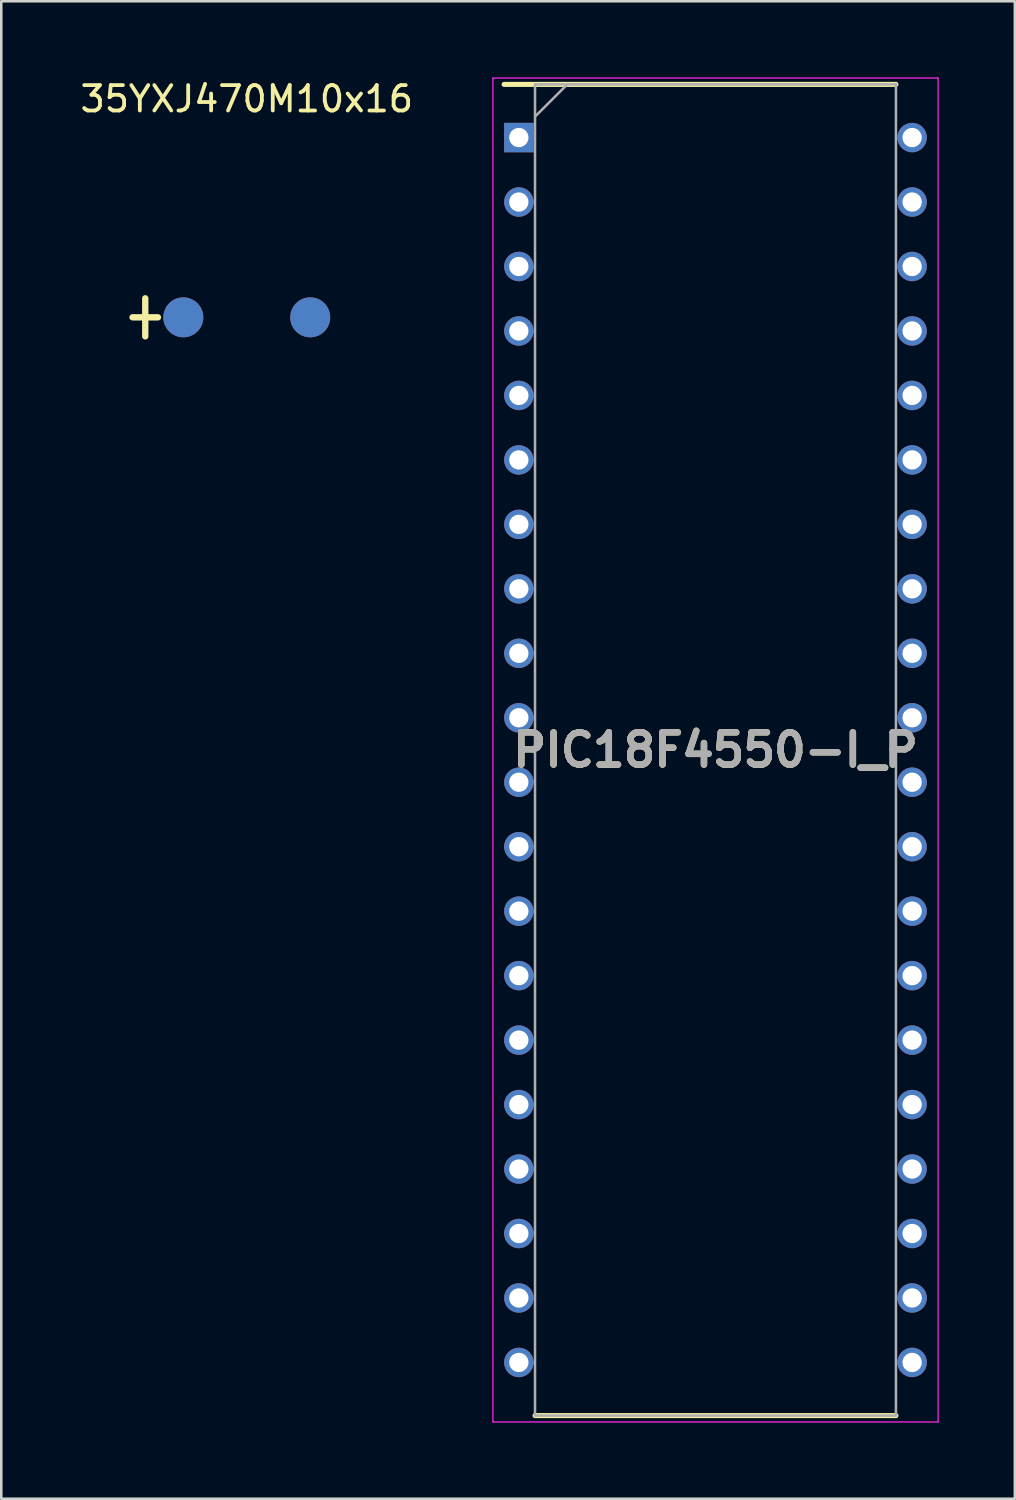
<source format=kicad_pcb>
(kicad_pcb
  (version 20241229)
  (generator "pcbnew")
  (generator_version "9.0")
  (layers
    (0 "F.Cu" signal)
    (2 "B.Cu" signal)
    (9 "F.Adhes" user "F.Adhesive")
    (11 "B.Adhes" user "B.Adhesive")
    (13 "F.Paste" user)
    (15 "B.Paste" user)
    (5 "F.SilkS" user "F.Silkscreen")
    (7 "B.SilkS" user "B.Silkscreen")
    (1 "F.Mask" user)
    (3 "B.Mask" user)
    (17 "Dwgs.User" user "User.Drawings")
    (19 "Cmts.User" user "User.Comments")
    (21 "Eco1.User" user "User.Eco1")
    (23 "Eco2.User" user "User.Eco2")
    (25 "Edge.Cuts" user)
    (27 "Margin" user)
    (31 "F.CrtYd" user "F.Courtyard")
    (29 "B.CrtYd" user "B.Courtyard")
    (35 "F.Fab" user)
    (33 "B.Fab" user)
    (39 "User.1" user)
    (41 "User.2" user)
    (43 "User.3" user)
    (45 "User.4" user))
  (footprint "PIC18F4550-I_P"
    (layer "F.Cu")
    (at 25.14 26.5)
    (property "Reference" "PIC18F4550-I_P" (at 0 0 0) (layer "F.SilkS") (effects (font (size 1.27 1.27) (thickness 0.254))))
    (attr through_hole)
    (fp_line (start -8.328 -26.225) (end 7.11 -26.225) (stroke (width 0.2) (type solid)) (layer "F.SilkS"))
    (fp_line (start -7.11 26.225) (end 7.11 26.225) (stroke (width 0.2) (type solid)) (layer "F.SilkS"))
    (fp_line (start -8.77 -26.475) (end 8.77 -26.475) (stroke (width 0.05) (type solid)) (layer "F.CrtYd"))
    (fp_line (start -8.77 26.475) (end -8.77 -26.475) (stroke (width 0.05) (type solid)) (layer "F.CrtYd"))
    (fp_line (start 8.77 -26.475) (end 8.77 26.475) (stroke (width 0.05) (type solid)) (layer "F.CrtYd"))
    (fp_line (start 8.77 26.475) (end -8.77 26.475) (stroke (width 0.05) (type solid)) (layer "F.CrtYd"))
    (fp_line (start -7.11 -26.225) (end 7.11 -26.225) (stroke (width 0.1) (type solid)) (layer "F.Fab"))
    (fp_line (start -7.11 -24.955) (end -5.84 -26.225) (stroke (width 0.1) (type solid)) (layer "F.Fab"))
    (fp_line (start -7.11 26.225) (end -7.11 -26.225) (stroke (width 0.1) (type solid)) (layer "F.Fab"))
    (fp_line (start 7.11 -26.225) (end 7.11 26.225) (stroke (width 0.1) (type solid)) (layer "F.Fab"))
    (fp_line (start 7.11 26.225) (end -7.11 26.225) (stroke (width 0.1) (type solid)) (layer "F.Fab"))
    (fp_text user "${REFERENCE}" (at 0 0 0) (layer "F.Fab") (effects (font (size 1.27 1.27) (thickness 0.254))))
    (pad "1" thru_hole rect (at -7.748 -24.13) (size 1.16 1.16) (drill 0.76) (layers "*.Cu" "*.Mask"))
    (pad "2" thru_hole circle (at -7.748 -21.59) (size 1.16 1.16) (drill 0.76) (layers "*.Cu" "*.Mask"))
    (pad "3" thru_hole circle (at -7.748 -19.05) (size 1.16 1.16) (drill 0.76) (layers "*.Cu" "*.Mask"))
    (pad "4" thru_hole circle (at -7.748 -16.51) (size 1.16 1.16) (drill 0.76) (layers "*.Cu" "*.Mask"))
    (pad "5" thru_hole circle (at -7.748 -13.97) (size 1.16 1.16) (drill 0.76) (layers "*.Cu" "*.Mask"))
    (pad "6" thru_hole circle (at -7.748 -11.43) (size 1.16 1.16) (drill 0.76) (layers "*.Cu" "*.Mask"))
    (pad "7" thru_hole circle (at -7.748 -8.89) (size 1.16 1.16) (drill 0.76) (layers "*.Cu" "*.Mask"))
    (pad "8" thru_hole circle (at -7.748 -6.35) (size 1.16 1.16) (drill 0.76) (layers "*.Cu" "*.Mask"))
    (pad "9" thru_hole circle (at -7.748 -3.81) (size 1.16 1.16) (drill 0.76) (layers "*.Cu" "*.Mask"))
    (pad "10" thru_hole circle (at -7.748 -1.27) (size 1.16 1.16) (drill 0.76) (layers "*.Cu" "*.Mask"))
    (pad "11" thru_hole circle (at -7.748 1.27) (size 1.16 1.16) (drill 0.76) (layers "*.Cu" "*.Mask"))
    (pad "12" thru_hole circle (at -7.748 3.81) (size 1.16 1.16) (drill 0.76) (layers "*.Cu" "*.Mask"))
    (pad "13" thru_hole circle (at -7.748 6.35) (size 1.16 1.16) (drill 0.76) (layers "*.Cu" "*.Mask"))
    (pad "14" thru_hole circle (at -7.748 8.89) (size 1.16 1.16) (drill 0.76) (layers "*.Cu" "*.Mask"))
    (pad "15" thru_hole circle (at -7.748 11.43) (size 1.16 1.16) (drill 0.76) (layers "*.Cu" "*.Mask"))
    (pad "16" thru_hole circle (at -7.748 13.97) (size 1.16 1.16) (drill 0.76) (layers "*.Cu" "*.Mask"))
    (pad "17" thru_hole circle (at -7.748 16.51) (size 1.16 1.16) (drill 0.76) (layers "*.Cu" "*.Mask"))
    (pad "18" thru_hole circle (at -7.748 19.05) (size 1.16 1.16) (drill 0.76) (layers "*.Cu" "*.Mask"))
    (pad "19" thru_hole circle (at -7.748 21.59) (size 1.16 1.16) (drill 0.76) (layers "*.Cu" "*.Mask"))
    (pad "20" thru_hole circle (at -7.748 24.13) (size 1.16 1.16) (drill 0.76) (layers "*.Cu" "*.Mask"))
    (pad "21" thru_hole circle (at 7.748 24.13) (size 1.16 1.16) (drill 0.76) (layers "*.Cu" "*.Mask"))
    (pad "22" thru_hole circle (at 7.748 21.59) (size 1.16 1.16) (drill 0.76) (layers "*.Cu" "*.Mask"))
    (pad "23" thru_hole circle (at 7.748 19.05) (size 1.16 1.16) (drill 0.76) (layers "*.Cu" "*.Mask"))
    (pad "24" thru_hole circle (at 7.748 16.51) (size 1.16 1.16) (drill 0.76) (layers "*.Cu" "*.Mask"))
    (pad "25" thru_hole circle (at 7.748 13.97) (size 1.16 1.16) (drill 0.76) (layers "*.Cu" "*.Mask"))
    (pad "26" thru_hole circle (at 7.748 11.43) (size 1.16 1.16) (drill 0.76) (layers "*.Cu" "*.Mask"))
    (pad "27" thru_hole circle (at 7.748 8.89) (size 1.16 1.16) (drill 0.76) (layers "*.Cu" "*.Mask"))
    (pad "28" thru_hole circle (at 7.748 6.35) (size 1.16 1.16) (drill 0.76) (layers "*.Cu" "*.Mask"))
    (pad "29" thru_hole circle (at 7.748 3.81) (size 1.16 1.16) (drill 0.76) (layers "*.Cu" "*.Mask"))
    (pad "30" thru_hole circle (at 7.748 1.27) (size 1.16 1.16) (drill 0.76) (layers "*.Cu" "*.Mask"))
    (pad "31" thru_hole circle (at 7.748 -1.27) (size 1.16 1.16) (drill 0.76) (layers "*.Cu" "*.Mask"))
    (pad "32" thru_hole circle (at 7.748 -3.81) (size 1.16 1.16) (drill 0.76) (layers "*.Cu" "*.Mask"))
    (pad "33" thru_hole circle (at 7.748 -6.35) (size 1.16 1.16) (drill 0.76) (layers "*.Cu" "*.Mask"))
    (pad "34" thru_hole circle (at 7.748 -8.89) (size 1.16 1.16) (drill 0.76) (layers "*.Cu" "*.Mask"))
    (pad "35" thru_hole circle (at 7.748 -11.43) (size 1.16 1.16) (drill 0.76) (layers "*.Cu" "*.Mask"))
    (pad "36" thru_hole circle (at 7.748 -13.97) (size 1.16 1.16) (drill 0.76) (layers "*.Cu" "*.Mask"))
    (pad "37" thru_hole circle (at 7.748 -16.51) (size 1.16 1.16) (drill 0.76) (layers "*.Cu" "*.Mask"))
    (pad "38" thru_hole circle (at 7.748 -19.05) (size 1.16 1.16) (drill 0.76) (layers "*.Cu" "*.Mask"))
    (pad "39" thru_hole circle (at 7.748 -21.59) (size 1.16 1.16) (drill 0.76) (layers "*.Cu" "*.Mask"))
    (pad "40" thru_hole circle (at 7.748 -24.13) (size 1.16 1.16) (drill 0.76) (layers "*.Cu" "*.Mask")))
  (footprint "35YXJ470M10x16"
    (layer "F.Cu")
    (at 6.673 9.453)
    (property "Reference" "35YXJ470M10x16" (at 0 -8.605 0) (layer "F.SilkS") (effects (font (size 1 1) (thickness 0.15))))
    (attr through_hole)
    (fp_line (start -4.5 0) (end -3.5 0) (stroke (width 0.25) (type solid)) (layer "F.SilkS"))
    (fp_line (start -4 -0.75) (end -4 0.75) (stroke (width 0.25) (type solid)) (layer "F.SilkS"))
    (pad "1" thru_hole circle (at -2.5 0) (size 1.575 1.575) (drill 0.000001) (layers "*.Cu" "*.Mask"))
    (pad "2" thru_hole circle (at 2.5 0) (size 1.575 1.575) (drill 0.000001) (layers "*.Cu" "*.Mask")))
  (gr_rect
    (start -3 -3)
    (end 36.935 56)
    (stroke (width 0.1) (type default))
    (fill no)
    (layer "Edge.Cuts")))
</source>
